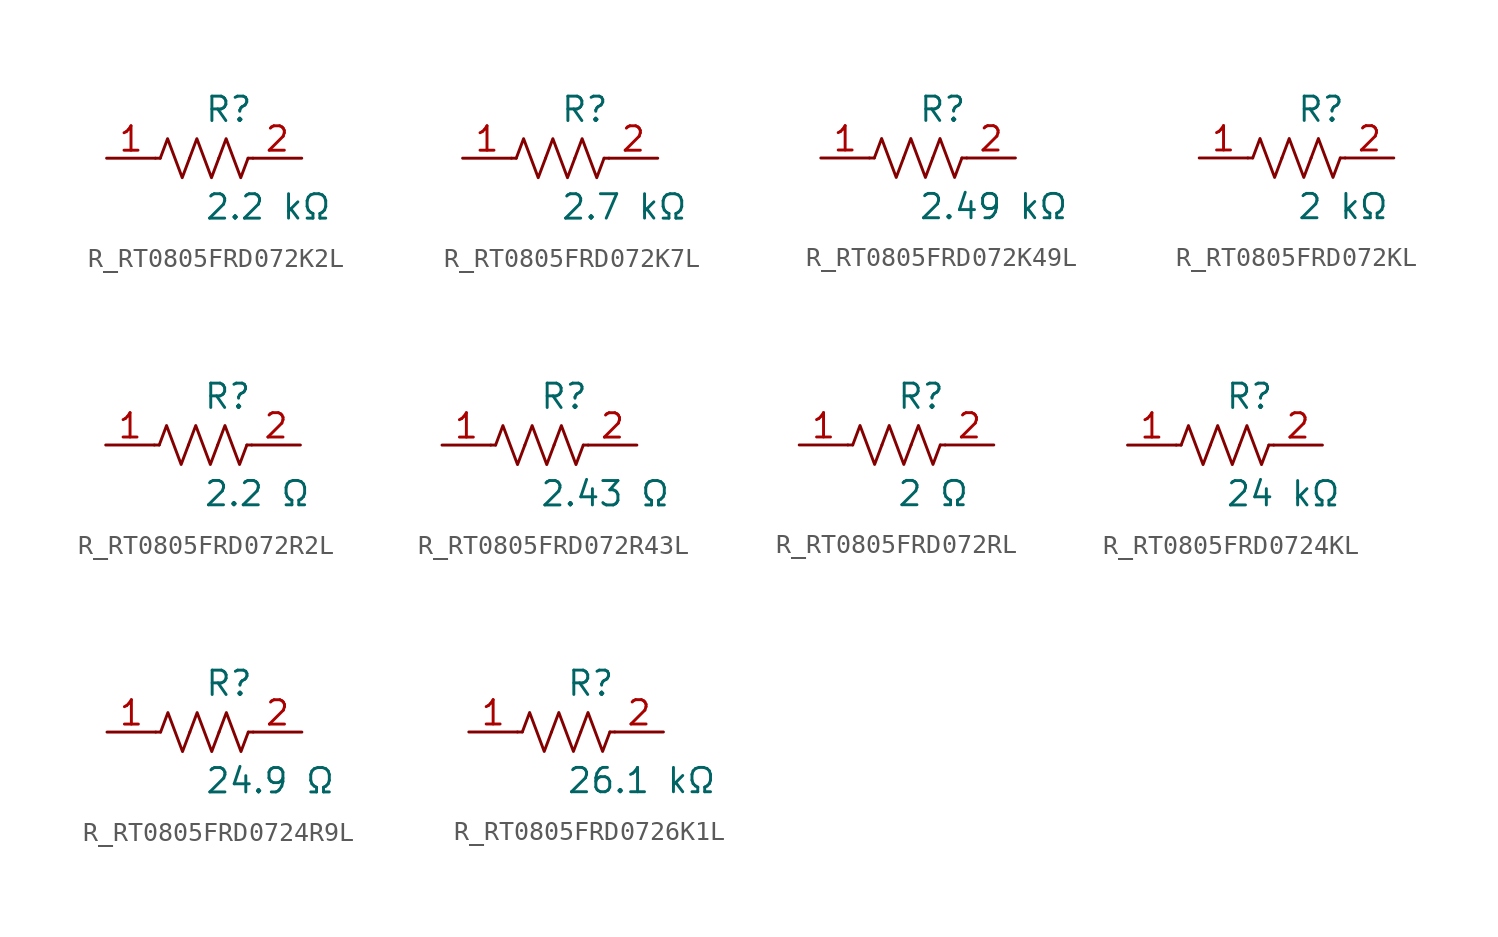
<source format=kicad_sym>
(kicad_symbol_lib
  (version 20231120)
  (generator kicad_symbol_editor)
  (generator_version 8.0)
  (symbol "R_RT0805FRD072K2L"
    (pin_names
      (offset 0.254))
    (property "Reference" "R"
      (at 0 2.54 0)
      (effects (font (size 1.27 1.27)) (justify left)))
    (property "Value" "2.2 kΩ"
      (at 0 -2.54 0)
      (effects (font (size 1.27 1.27)) (justify left)))
    (symbol "R_RT0805FRD072K2L_0_1"
      (polyline (pts (xy 2.286 0) (xy 2.54 0)) (stroke (width 0) (type default)) (fill (type none)))
      (polyline (pts (xy -2.286 0) (xy -2.54 0)) (stroke (width 0) (type default)) (fill (type none)))
      (polyline (pts (xy 0.762 0) (xy 1.143 1.016) (xy 1.524 0) (xy 1.905 -1.016) (xy 2.286 0)) (stroke (width 0) (type default)) (fill (type none)))
      (polyline (pts (xy -0.762 0) (xy -0.381 1.016) (xy 0 0) (xy 0.381 -1.016) (xy 0.762 0)) (stroke (width 0) (type default)) (fill (type none)))
      (polyline (pts (xy -2.286 0) (xy -1.905 1.016) (xy -1.524 0) (xy -1.143 -1.016) (xy -0.762 0)) (stroke (width 0) (type default)) (fill (type none))))
    (pin unspecified line
      (at -5.08 0 0)
      (length 2.54)
      (name "" (effects (font (size 1.27 1.27))))
      (number "1" (effects (font (size 1.27 1.27)))))
    (pin unspecified line
      (at 5.08 0 180)
      (length 2.54)
      (name "" (effects (font (size 1.27 1.27))))
      (number "2" (effects (font (size 1.27 1.27))))))
  (symbol "R_RT0805FRD072K7L"
    (pin_names
      (offset 0.254))
    (property "Reference" "R"
      (at 0 2.54 0)
      (effects (font (size 1.27 1.27)) (justify left)))
    (property "Value" "2.7 kΩ"
      (at 0 -2.54 0)
      (effects (font (size 1.27 1.27)) (justify left)))
    (symbol "R_RT0805FRD072K7L_0_1"
      (polyline (pts (xy 2.286 0) (xy 2.54 0)) (stroke (width 0) (type default)) (fill (type none)))
      (polyline (pts (xy -2.286 0) (xy -2.54 0)) (stroke (width 0) (type default)) (fill (type none)))
      (polyline (pts (xy 0.762 0) (xy 1.143 1.016) (xy 1.524 0) (xy 1.905 -1.016) (xy 2.286 0)) (stroke (width 0) (type default)) (fill (type none)))
      (polyline (pts (xy -0.762 0) (xy -0.381 1.016) (xy 0 0) (xy 0.381 -1.016) (xy 0.762 0)) (stroke (width 0) (type default)) (fill (type none)))
      (polyline (pts (xy -2.286 0) (xy -1.905 1.016) (xy -1.524 0) (xy -1.143 -1.016) (xy -0.762 0)) (stroke (width 0) (type default)) (fill (type none))))
    (pin unspecified line
      (at -5.08 0 0)
      (length 2.54)
      (name "" (effects (font (size 1.27 1.27))))
      (number "1" (effects (font (size 1.27 1.27)))))
    (pin unspecified line
      (at 5.08 0 180)
      (length 2.54)
      (name "" (effects (font (size 1.27 1.27))))
      (number "2" (effects (font (size 1.27 1.27))))))
  (symbol "R_RT0805FRD072K49L"
    (pin_names
      (offset 0.254))
    (property "Reference" "R"
      (at 0 2.54 0)
      (effects (font (size 1.27 1.27)) (justify left)))
    (property "Value" "2.49 kΩ"
      (at 0 -2.54 0)
      (effects (font (size 1.27 1.27)) (justify left)))
    (symbol "R_RT0805FRD072K49L_0_1"
      (polyline (pts (xy 2.286 0) (xy 2.54 0)) (stroke (width 0) (type default)) (fill (type none)))
      (polyline (pts (xy -2.286 0) (xy -2.54 0)) (stroke (width 0) (type default)) (fill (type none)))
      (polyline (pts (xy 0.762 0) (xy 1.143 1.016) (xy 1.524 0) (xy 1.905 -1.016) (xy 2.286 0)) (stroke (width 0) (type default)) (fill (type none)))
      (polyline (pts (xy -0.762 0) (xy -0.381 1.016) (xy 0 0) (xy 0.381 -1.016) (xy 0.762 0)) (stroke (width 0) (type default)) (fill (type none)))
      (polyline (pts (xy -2.286 0) (xy -1.905 1.016) (xy -1.524 0) (xy -1.143 -1.016) (xy -0.762 0)) (stroke (width 0) (type default)) (fill (type none))))
    (pin unspecified line
      (at -5.08 0 0)
      (length 2.54)
      (name "" (effects (font (size 1.27 1.27))))
      (number "1" (effects (font (size 1.27 1.27)))))
    (pin unspecified line
      (at 5.08 0 180)
      (length 2.54)
      (name "" (effects (font (size 1.27 1.27))))
      (number "2" (effects (font (size 1.27 1.27))))))
  (symbol "R_RT0805FRD072KL"
    (pin_names
      (offset 0.254))
    (property "Reference" "R"
      (at 0 2.54 0)
      (effects (font (size 1.27 1.27)) (justify left)))
    (property "Value" "2 kΩ"
      (at 0 -2.54 0)
      (effects (font (size 1.27 1.27)) (justify left)))
    (symbol "R_RT0805FRD072KL_0_1"
      (polyline (pts (xy 2.286 0) (xy 2.54 0)) (stroke (width 0) (type default)) (fill (type none)))
      (polyline (pts (xy -2.286 0) (xy -2.54 0)) (stroke (width 0) (type default)) (fill (type none)))
      (polyline (pts (xy 0.762 0) (xy 1.143 1.016) (xy 1.524 0) (xy 1.905 -1.016) (xy 2.286 0)) (stroke (width 0) (type default)) (fill (type none)))
      (polyline (pts (xy -0.762 0) (xy -0.381 1.016) (xy 0 0) (xy 0.381 -1.016) (xy 0.762 0)) (stroke (width 0) (type default)) (fill (type none)))
      (polyline (pts (xy -2.286 0) (xy -1.905 1.016) (xy -1.524 0) (xy -1.143 -1.016) (xy -0.762 0)) (stroke (width 0) (type default)) (fill (type none))))
    (pin unspecified line
      (at -5.08 0 0)
      (length 2.54)
      (name "" (effects (font (size 1.27 1.27))))
      (number "1" (effects (font (size 1.27 1.27)))))
    (pin unspecified line
      (at 5.08 0 180)
      (length 2.54)
      (name "" (effects (font (size 1.27 1.27))))
      (number "2" (effects (font (size 1.27 1.27))))))
  (symbol "R_RT0805FRD072R2L"
    (pin_names
      (offset 0.254))
    (property "Reference" "R"
      (at 0 2.54 0)
      (effects (font (size 1.27 1.27)) (justify left)))
    (property "Value" "2.2 Ω"
      (at 0 -2.54 0)
      (effects (font (size 1.27 1.27)) (justify left)))
    (symbol "R_RT0805FRD072R2L_0_1"
      (polyline (pts (xy 2.286 0) (xy 2.54 0)) (stroke (width 0) (type default)) (fill (type none)))
      (polyline (pts (xy -2.286 0) (xy -2.54 0)) (stroke (width 0) (type default)) (fill (type none)))
      (polyline (pts (xy 0.762 0) (xy 1.143 1.016) (xy 1.524 0) (xy 1.905 -1.016) (xy 2.286 0)) (stroke (width 0) (type default)) (fill (type none)))
      (polyline (pts (xy -0.762 0) (xy -0.381 1.016) (xy 0 0) (xy 0.381 -1.016) (xy 0.762 0)) (stroke (width 0) (type default)) (fill (type none)))
      (polyline (pts (xy -2.286 0) (xy -1.905 1.016) (xy -1.524 0) (xy -1.143 -1.016) (xy -0.762 0)) (stroke (width 0) (type default)) (fill (type none))))
    (pin unspecified line
      (at -5.08 0 0)
      (length 2.54)
      (name "" (effects (font (size 1.27 1.27))))
      (number "1" (effects (font (size 1.27 1.27)))))
    (pin unspecified line
      (at 5.08 0 180)
      (length 2.54)
      (name "" (effects (font (size 1.27 1.27))))
      (number "2" (effects (font (size 1.27 1.27))))))
  (symbol "R_RT0805FRD072R43L"
    (pin_names
      (offset 0.254))
    (property "Reference" "R"
      (at 0 2.54 0)
      (effects (font (size 1.27 1.27)) (justify left)))
    (property "Value" "2.43 Ω"
      (at 0 -2.54 0)
      (effects (font (size 1.27 1.27)) (justify left)))
    (symbol "R_RT0805FRD072R43L_0_1"
      (polyline (pts (xy 2.286 0) (xy 2.54 0)) (stroke (width 0) (type default)) (fill (type none)))
      (polyline (pts (xy -2.286 0) (xy -2.54 0)) (stroke (width 0) (type default)) (fill (type none)))
      (polyline (pts (xy 0.762 0) (xy 1.143 1.016) (xy 1.524 0) (xy 1.905 -1.016) (xy 2.286 0)) (stroke (width 0) (type default)) (fill (type none)))
      (polyline (pts (xy -0.762 0) (xy -0.381 1.016) (xy 0 0) (xy 0.381 -1.016) (xy 0.762 0)) (stroke (width 0) (type default)) (fill (type none)))
      (polyline (pts (xy -2.286 0) (xy -1.905 1.016) (xy -1.524 0) (xy -1.143 -1.016) (xy -0.762 0)) (stroke (width 0) (type default)) (fill (type none))))
    (pin unspecified line
      (at -5.08 0 0)
      (length 2.54)
      (name "" (effects (font (size 1.27 1.27))))
      (number "1" (effects (font (size 1.27 1.27)))))
    (pin unspecified line
      (at 5.08 0 180)
      (length 2.54)
      (name "" (effects (font (size 1.27 1.27))))
      (number "2" (effects (font (size 1.27 1.27))))))
  (symbol "R_RT0805FRD072RL"
    (pin_names
      (offset 0.254))
    (property "Reference" "R"
      (at 0 2.54 0)
      (effects (font (size 1.27 1.27)) (justify left)))
    (property "Value" "2 Ω"
      (at 0 -2.54 0)
      (effects (font (size 1.27 1.27)) (justify left)))
    (symbol "R_RT0805FRD072RL_0_1"
      (polyline (pts (xy 2.286 0) (xy 2.54 0)) (stroke (width 0) (type default)) (fill (type none)))
      (polyline (pts (xy -2.286 0) (xy -2.54 0)) (stroke (width 0) (type default)) (fill (type none)))
      (polyline (pts (xy 0.762 0) (xy 1.143 1.016) (xy 1.524 0) (xy 1.905 -1.016) (xy 2.286 0)) (stroke (width 0) (type default)) (fill (type none)))
      (polyline (pts (xy -0.762 0) (xy -0.381 1.016) (xy 0 0) (xy 0.381 -1.016) (xy 0.762 0)) (stroke (width 0) (type default)) (fill (type none)))
      (polyline (pts (xy -2.286 0) (xy -1.905 1.016) (xy -1.524 0) (xy -1.143 -1.016) (xy -0.762 0)) (stroke (width 0) (type default)) (fill (type none))))
    (pin unspecified line
      (at -5.08 0 0)
      (length 2.54)
      (name "" (effects (font (size 1.27 1.27))))
      (number "1" (effects (font (size 1.27 1.27)))))
    (pin unspecified line
      (at 5.08 0 180)
      (length 2.54)
      (name "" (effects (font (size 1.27 1.27))))
      (number "2" (effects (font (size 1.27 1.27))))))
  (symbol "R_RT0805FRD0724KL"
    (pin_names
      (offset 0.254))
    (property "Reference" "R"
      (at 0 2.54 0)
      (effects (font (size 1.27 1.27)) (justify left)))
    (property "Value" "24 kΩ"
      (at 0 -2.54 0)
      (effects (font (size 1.27 1.27)) (justify left)))
    (symbol "R_RT0805FRD0724KL_0_1"
      (polyline (pts (xy 2.286 0) (xy 2.54 0)) (stroke (width 0) (type default)) (fill (type none)))
      (polyline (pts (xy -2.286 0) (xy -2.54 0)) (stroke (width 0) (type default)) (fill (type none)))
      (polyline (pts (xy 0.762 0) (xy 1.143 1.016) (xy 1.524 0) (xy 1.905 -1.016) (xy 2.286 0)) (stroke (width 0) (type default)) (fill (type none)))
      (polyline (pts (xy -0.762 0) (xy -0.381 1.016) (xy 0 0) (xy 0.381 -1.016) (xy 0.762 0)) (stroke (width 0) (type default)) (fill (type none)))
      (polyline (pts (xy -2.286 0) (xy -1.905 1.016) (xy -1.524 0) (xy -1.143 -1.016) (xy -0.762 0)) (stroke (width 0) (type default)) (fill (type none))))
    (pin unspecified line
      (at -5.08 0 0)
      (length 2.54)
      (name "" (effects (font (size 1.27 1.27))))
      (number "1" (effects (font (size 1.27 1.27)))))
    (pin unspecified line
      (at 5.08 0 180)
      (length 2.54)
      (name "" (effects (font (size 1.27 1.27))))
      (number "2" (effects (font (size 1.27 1.27))))))
  (symbol "R_RT0805FRD0724R9L"
    (pin_names
      (offset 0.254))
    (property "Reference" "R"
      (at 0 2.54 0)
      (effects (font (size 1.27 1.27)) (justify left)))
    (property "Value" "24.9 Ω"
      (at 0 -2.54 0)
      (effects (font (size 1.27 1.27)) (justify left)))
    (symbol "R_RT0805FRD0724R9L_0_1"
      (polyline (pts (xy 2.286 0) (xy 2.54 0)) (stroke (width 0) (type default)) (fill (type none)))
      (polyline (pts (xy -2.286 0) (xy -2.54 0)) (stroke (width 0) (type default)) (fill (type none)))
      (polyline (pts (xy 0.762 0) (xy 1.143 1.016) (xy 1.524 0) (xy 1.905 -1.016) (xy 2.286 0)) (stroke (width 0) (type default)) (fill (type none)))
      (polyline (pts (xy -0.762 0) (xy -0.381 1.016) (xy 0 0) (xy 0.381 -1.016) (xy 0.762 0)) (stroke (width 0) (type default)) (fill (type none)))
      (polyline (pts (xy -2.286 0) (xy -1.905 1.016) (xy -1.524 0) (xy -1.143 -1.016) (xy -0.762 0)) (stroke (width 0) (type default)) (fill (type none))))
    (pin unspecified line
      (at -5.08 0 0)
      (length 2.54)
      (name "" (effects (font (size 1.27 1.27))))
      (number "1" (effects (font (size 1.27 1.27)))))
    (pin unspecified line
      (at 5.08 0 180)
      (length 2.54)
      (name "" (effects (font (size 1.27 1.27))))
      (number "2" (effects (font (size 1.27 1.27))))))
  (symbol "R_RT0805FRD0726K1L"
    (pin_names
      (offset 0.254))
    (property "Reference" "R"
      (at 0 2.54 0)
      (effects (font (size 1.27 1.27)) (justify left)))
    (property "Value" "26.1 kΩ"
      (at 0 -2.54 0)
      (effects (font (size 1.27 1.27)) (justify left)))
    (symbol "R_RT0805FRD0726K1L_0_1"
      (polyline (pts (xy 2.286 0) (xy 2.54 0)) (stroke (width 0) (type default)) (fill (type none)))
      (polyline (pts (xy -2.286 0) (xy -2.54 0)) (stroke (width 0) (type default)) (fill (type none)))
      (polyline (pts (xy 0.762 0) (xy 1.143 1.016) (xy 1.524 0) (xy 1.905 -1.016) (xy 2.286 0)) (stroke (width 0) (type default)) (fill (type none)))
      (polyline (pts (xy -0.762 0) (xy -0.381 1.016) (xy 0 0) (xy 0.381 -1.016) (xy 0.762 0)) (stroke (width 0) (type default)) (fill (type none)))
      (polyline (pts (xy -2.286 0) (xy -1.905 1.016) (xy -1.524 0) (xy -1.143 -1.016) (xy -0.762 0)) (stroke (width 0) (type default)) (fill (type none))))
    (pin unspecified line
      (at -5.08 0 0)
      (length 2.54)
      (name "" (effects (font (size 1.27 1.27))))
      (number "1" (effects (font (size 1.27 1.27)))))
    (pin unspecified line
      (at 5.08 0 180)
      (length 2.54)
      (name "" (effects (font (size 1.27 1.27))))
      (number "2" (effects (font (size 1.27 1.27)))))))
</source>
